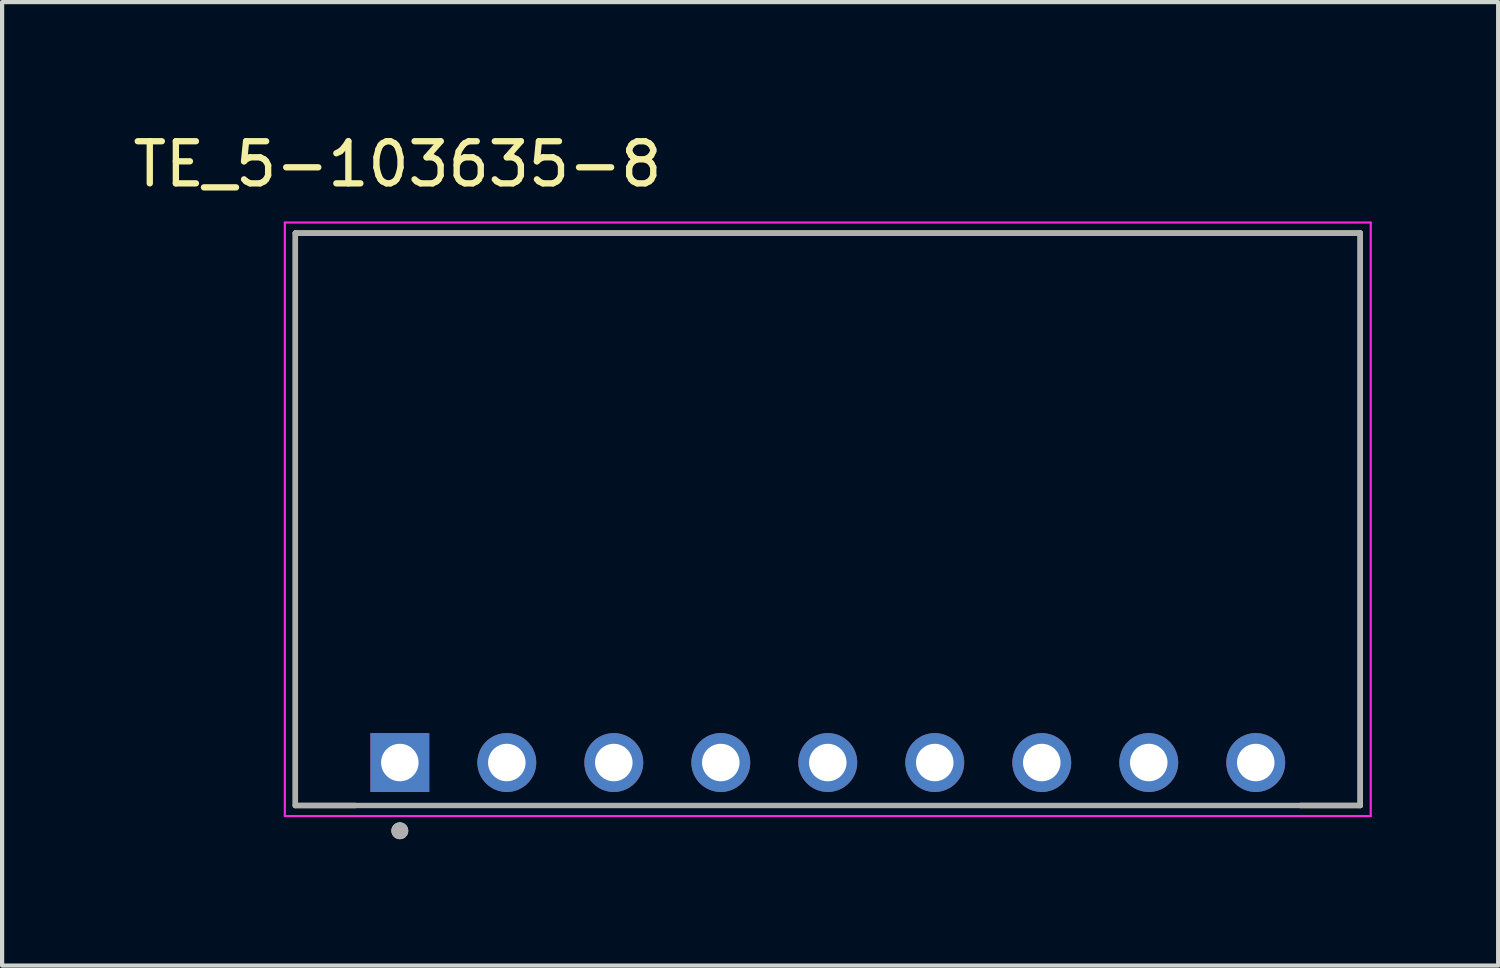
<source format=kicad_pcb>
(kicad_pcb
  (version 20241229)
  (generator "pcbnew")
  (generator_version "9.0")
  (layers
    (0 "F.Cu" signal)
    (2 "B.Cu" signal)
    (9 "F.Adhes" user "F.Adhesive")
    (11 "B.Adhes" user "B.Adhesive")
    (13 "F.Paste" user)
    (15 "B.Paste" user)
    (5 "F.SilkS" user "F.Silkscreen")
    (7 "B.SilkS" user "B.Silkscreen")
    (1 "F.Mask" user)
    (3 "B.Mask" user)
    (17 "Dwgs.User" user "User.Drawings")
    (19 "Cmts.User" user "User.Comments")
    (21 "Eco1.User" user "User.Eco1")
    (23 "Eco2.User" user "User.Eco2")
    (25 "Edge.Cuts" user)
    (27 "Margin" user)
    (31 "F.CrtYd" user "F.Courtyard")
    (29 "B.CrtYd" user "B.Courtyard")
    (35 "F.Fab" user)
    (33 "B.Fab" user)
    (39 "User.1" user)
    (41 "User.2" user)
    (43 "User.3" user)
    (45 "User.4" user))
  (footprint "TE_5-103635-8"
    (layer "F.Cu")
    (at 16.602 15.053)
    (property "Reference" "TE_5-103635-8" (at -10.215 -14.205 0) (layer "F.SilkS") (effects (font (size 1 1) (thickness 0.15))))
    (attr through_hole)
    (fp_line (start -12.64 -12.57) (end 12.64 -12.57) (stroke (width 0.127) (type solid)) (layer "F.SilkS"))
    (fp_line (start -12.64 1.02) (end -12.64 -12.57) (stroke (width 0.127) (type solid)) (layer "F.SilkS"))
    (fp_line (start -12.64 1.02) (end -11.216 1.02) (stroke (width 0.127) (type solid)) (layer "F.SilkS"))
    (fp_line (start 11.216 1.02) (end 12.64 1.02) (stroke (width 0.127) (type solid)) (layer "F.SilkS"))
    (fp_line (start 12.64 -12.57) (end 12.64 1.02) (stroke (width 0.127) (type solid)) (layer "F.SilkS"))
    (fp_circle (center -10.16 1.62) (end -10.06 1.62) (stroke (width 0.2) (type solid)) (fill no) (layer "F.SilkS"))
    (fp_line (start -12.89 -12.82) (end 12.89 -12.82) (stroke (width 0.05) (type solid)) (layer "F.CrtYd"))
    (fp_line (start -12.89 1.27) (end -12.89 -12.82) (stroke (width 0.05) (type solid)) (layer "F.CrtYd"))
    (fp_line (start 12.89 -12.82) (end 12.89 1.27) (stroke (width 0.05) (type solid)) (layer "F.CrtYd"))
    (fp_line (start 12.89 1.27) (end -12.89 1.27) (stroke (width 0.05) (type solid)) (layer "F.CrtYd"))
    (fp_line (start -12.64 -12.57) (end 12.64 -12.57) (stroke (width 0.127) (type solid)) (layer "F.Fab"))
    (fp_line (start -12.64 1.02) (end -12.64 -12.57) (stroke (width 0.127) (type solid)) (layer "F.Fab"))
    (fp_line (start 12.64 -12.57) (end 12.64 1.02) (stroke (width 0.127) (type solid)) (layer "F.Fab"))
    (fp_line (start 12.64 1.02) (end -12.64 1.02) (stroke (width 0.127) (type solid)) (layer "F.Fab"))
    (fp_circle (center -10.16 1.62) (end -10.06 1.62) (stroke (width 0.2) (type solid)) (fill no) (layer "F.Fab"))
    (pad "1" thru_hole rect (at -10.16 0) (size 1.398 1.398) (drill 0.89) (layers "*.Cu" "*.Mask"))
    (pad "2" thru_hole circle (at -7.62 0) (size 1.398 1.398) (drill 0.89) (layers "*.Cu" "*.Mask"))
    (pad "3" thru_hole circle (at -5.08 0) (size 1.398 1.398) (drill 0.89) (layers "*.Cu" "*.Mask"))
    (pad "4" thru_hole circle (at -2.54 0) (size 1.398 1.398) (drill 0.89) (layers "*.Cu" "*.Mask"))
    (pad "5" thru_hole circle (at 0 0) (size 1.398 1.398) (drill 0.89) (layers "*.Cu" "*.Mask"))
    (pad "6" thru_hole circle (at 2.54 0) (size 1.398 1.398) (drill 0.89) (layers "*.Cu" "*.Mask"))
    (pad "7" thru_hole circle (at 5.08 0) (size 1.398 1.398) (drill 0.89) (layers "*.Cu" "*.Mask"))
    (pad "8" thru_hole circle (at 7.62 0) (size 1.398 1.398) (drill 0.89) (layers "*.Cu" "*.Mask"))
    (pad "9" thru_hole circle (at 10.16 0) (size 1.398 1.398) (drill 0.89) (layers "*.Cu" "*.Mask")))
  (gr_rect
    (start -3 -3)
    (end 32.517 19.873)
    (stroke (width 0.1) (type default))
    (fill no)
    (layer "Edge.Cuts")))
</source>
